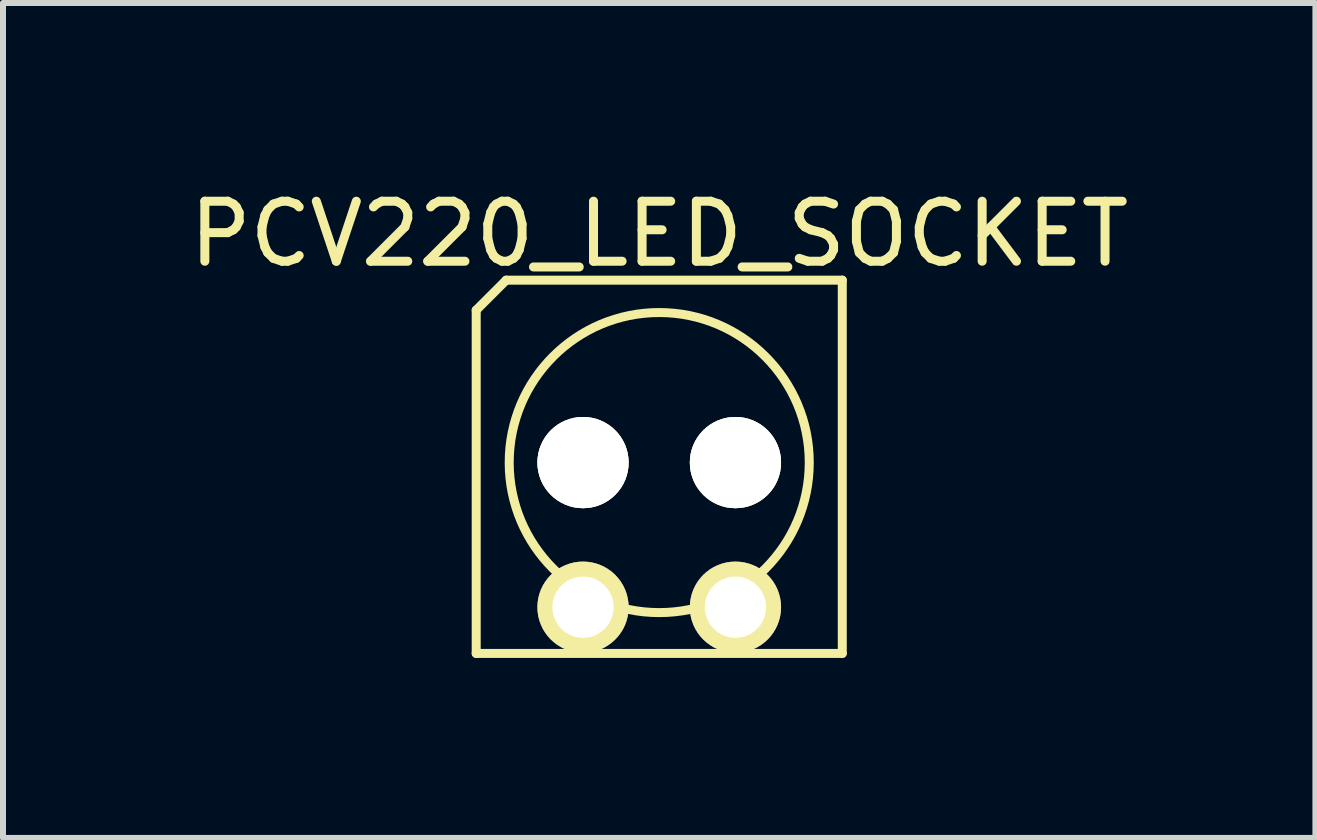
<source format=kicad_pcb>
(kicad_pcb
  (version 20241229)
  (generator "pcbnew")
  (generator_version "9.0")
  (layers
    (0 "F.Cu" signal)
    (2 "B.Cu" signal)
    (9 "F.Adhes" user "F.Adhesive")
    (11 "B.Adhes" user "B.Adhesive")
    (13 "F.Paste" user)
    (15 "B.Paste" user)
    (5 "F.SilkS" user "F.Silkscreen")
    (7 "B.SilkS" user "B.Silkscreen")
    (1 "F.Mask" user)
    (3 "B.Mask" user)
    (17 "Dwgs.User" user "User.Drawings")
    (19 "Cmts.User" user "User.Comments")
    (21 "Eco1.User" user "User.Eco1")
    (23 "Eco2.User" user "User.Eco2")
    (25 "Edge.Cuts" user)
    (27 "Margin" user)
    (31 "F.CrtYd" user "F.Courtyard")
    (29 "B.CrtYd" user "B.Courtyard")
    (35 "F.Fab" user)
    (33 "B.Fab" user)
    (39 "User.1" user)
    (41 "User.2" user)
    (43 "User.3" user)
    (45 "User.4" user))
  (footprint "PCV220_LED_SOCKET"
    (layer "F.Cu")
    (at 7.935 4.658)
    (property "Reference" "PCV220_LED_SOCKET" (at 0 -3.81 0) (layer "F.SilkS") (effects (font (size 1 1) (thickness 0.15))))
    (attr through_hole)
    (fp_line (start -3.05 -2.54) (end -3.05 3.18) (stroke (width 0.15) (type solid)) (layer "F.SilkS"))
    (fp_line (start -3.05 -2.54) (end -2.55 -3.04) (stroke (width 0.15) (type solid)) (layer "F.SilkS"))
    (fp_line (start -3.05 3.18) (end 3.05 3.18) (stroke (width 0.15) (type solid)) (layer "F.SilkS"))
    (fp_line (start 3.05 -3.04) (end -2.55 -3.04) (stroke (width 0.15) (type solid)) (layer "F.SilkS"))
    (fp_line (start 3.05 3.18) (end 3.05 -3.04) (stroke (width 0.15) (type solid)) (layer "F.SilkS"))
    (fp_circle (center 0 0) (end 2.5 0) (stroke (width 0.15) (type solid)) (fill no) (layer "F.SilkS"))
    (pad "" thru_hole circle (at -1.27 0) (size 1.52 1.52) (drill 1.52) (layers "*.Cu" "*.Mask" "F.SilkS"))
    (pad "" thru_hole circle (at 1.27 0) (size 1.52 1.52) (drill 1.52) (layers "*.Cu" "*.Mask" "F.SilkS"))
    (pad "1" thru_hole circle (at -1.27 2.41) (size 1.52 1.52) (drill 1.02) (layers "*.Cu" "*.Mask" "F.SilkS"))
    (pad "2" thru_hole circle (at 1.27 2.41) (size 1.52 1.52) (drill 1.02) (layers "*.Cu" "*.Mask" "F.SilkS")))
  (gr_rect
    (start -3 -3)
    (end 18.869 10.913)
    (stroke (width 0.1) (type default))
    (fill no)
    (layer "Edge.Cuts")))
</source>
